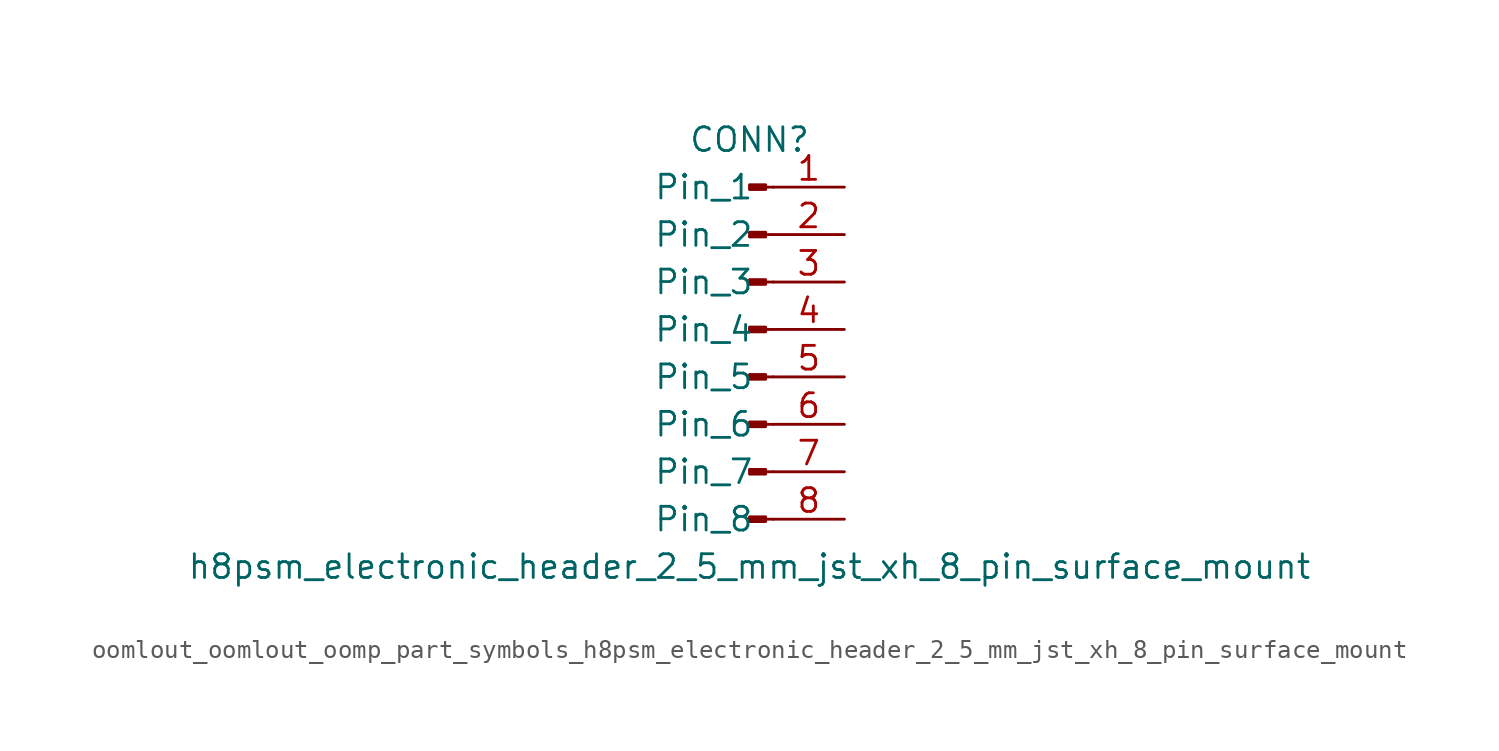
<source format=kicad_sym>
(kicad_symbol_lib
  (version 20220914)
  (generator kicad_symbol_editor)
  (symbol "oomlout_oomlout_oomp_part_symbols_h8psm_electronic_header_2_5_mm_jst_xh_8_pin_surface_mount"
    (pin_names
      (offset 1.016))
    (property "Reference" "CONN"
      (at 0 10.16 0)
      (effects (font (size 1.27 1.27))))
    (property "Value" "h8psm_electronic_header_2_5_mm_jst_xh_8_pin_surface_mount"
      (at 0 -12.7 0)
      (effects (font (size 1.27 1.27))))
    (property "ki_locked" ""
      (at 0 0 0)
      (effects (font (size 1.27 1.27))))
    (symbol "oomlout_oomlout_oomp_part_symbols_h8psm_electronic_header_2_5_mm_jst_xh_8_pin_surface_mount_1_1"
      (polyline (pts (xy 1.27 -10.16) (xy 0.864 -10.16)) (stroke (width 0.152) (type default)) (fill (type none)))
      (polyline (pts (xy 1.27 -7.62) (xy 0.864 -7.62)) (stroke (width 0.152) (type default)) (fill (type none)))
      (polyline (pts (xy 1.27 -5.08) (xy 0.864 -5.08)) (stroke (width 0.152) (type default)) (fill (type none)))
      (polyline (pts (xy 1.27 -2.54) (xy 0.864 -2.54)) (stroke (width 0.152) (type default)) (fill (type none)))
      (polyline (pts (xy 1.27 0) (xy 0.864 0)) (stroke (width 0.152) (type default)) (fill (type none)))
      (polyline (pts (xy 1.27 2.54) (xy 0.864 2.54)) (stroke (width 0.152) (type default)) (fill (type none)))
      (polyline (pts (xy 1.27 5.08) (xy 0.864 5.08)) (stroke (width 0.152) (type default)) (fill (type none)))
      (polyline (pts (xy 1.27 7.62) (xy 0.864 7.62)) (stroke (width 0.152) (type default)) (fill (type none)))
      (rectangle (start 0.864 -10.033) (end 0 -10.287) (stroke (width 0.152) (type default)) (fill (type outline)))
      (rectangle (start 0.864 -7.493) (end 0 -7.747) (stroke (width 0.152) (type default)) (fill (type outline)))
      (rectangle (start 0.864 -4.953) (end 0 -5.207) (stroke (width 0.152) (type default)) (fill (type outline)))
      (rectangle (start 0.864 -2.413) (end 0 -2.667) (stroke (width 0.152) (type default)) (fill (type outline)))
      (rectangle (start 0.864 0.127) (end 0 -0.127) (stroke (width 0.152) (type default)) (fill (type outline)))
      (rectangle (start 0.864 2.667) (end 0 2.413) (stroke (width 0.152) (type default)) (fill (type outline)))
      (rectangle (start 0.864 5.207) (end 0 4.953) (stroke (width 0.152) (type default)) (fill (type outline)))
      (rectangle (start 0.864 7.747) (end 0 7.493) (stroke (width 0.152) (type default)) (fill (type outline)))
      (pin passive line (at 5.08 7.62 180) (length 3.81) (name "Pin_1" (effects (font (size 1.27 1.27)))) (number "1" (effects (font (size 1.27 1.27)))))
      (pin passive line (at 5.08 5.08 180) (length 3.81) (name "Pin_2" (effects (font (size 1.27 1.27)))) (number "2" (effects (font (size 1.27 1.27)))))
      (pin passive line (at 5.08 2.54 180) (length 3.81) (name "Pin_3" (effects (font (size 1.27 1.27)))) (number "3" (effects (font (size 1.27 1.27)))))
      (pin passive line (at 5.08 0 180) (length 3.81) (name "Pin_4" (effects (font (size 1.27 1.27)))) (number "4" (effects (font (size 1.27 1.27)))))
      (pin passive line (at 5.08 -2.54 180) (length 3.81) (name "Pin_5" (effects (font (size 1.27 1.27)))) (number "5" (effects (font (size 1.27 1.27)))))
      (pin passive line (at 5.08 -5.08 180) (length 3.81) (name "Pin_6" (effects (font (size 1.27 1.27)))) (number "6" (effects (font (size 1.27 1.27)))))
      (pin passive line (at 5.08 -7.62 180) (length 3.81) (name "Pin_7" (effects (font (size 1.27 1.27)))) (number "7" (effects (font (size 1.27 1.27)))))
      (pin passive line (at 5.08 -10.16 180) (length 3.81) (name "Pin_8" (effects (font (size 1.27 1.27)))) (number "8" (effects (font (size 1.27 1.27))))))))
</source>
